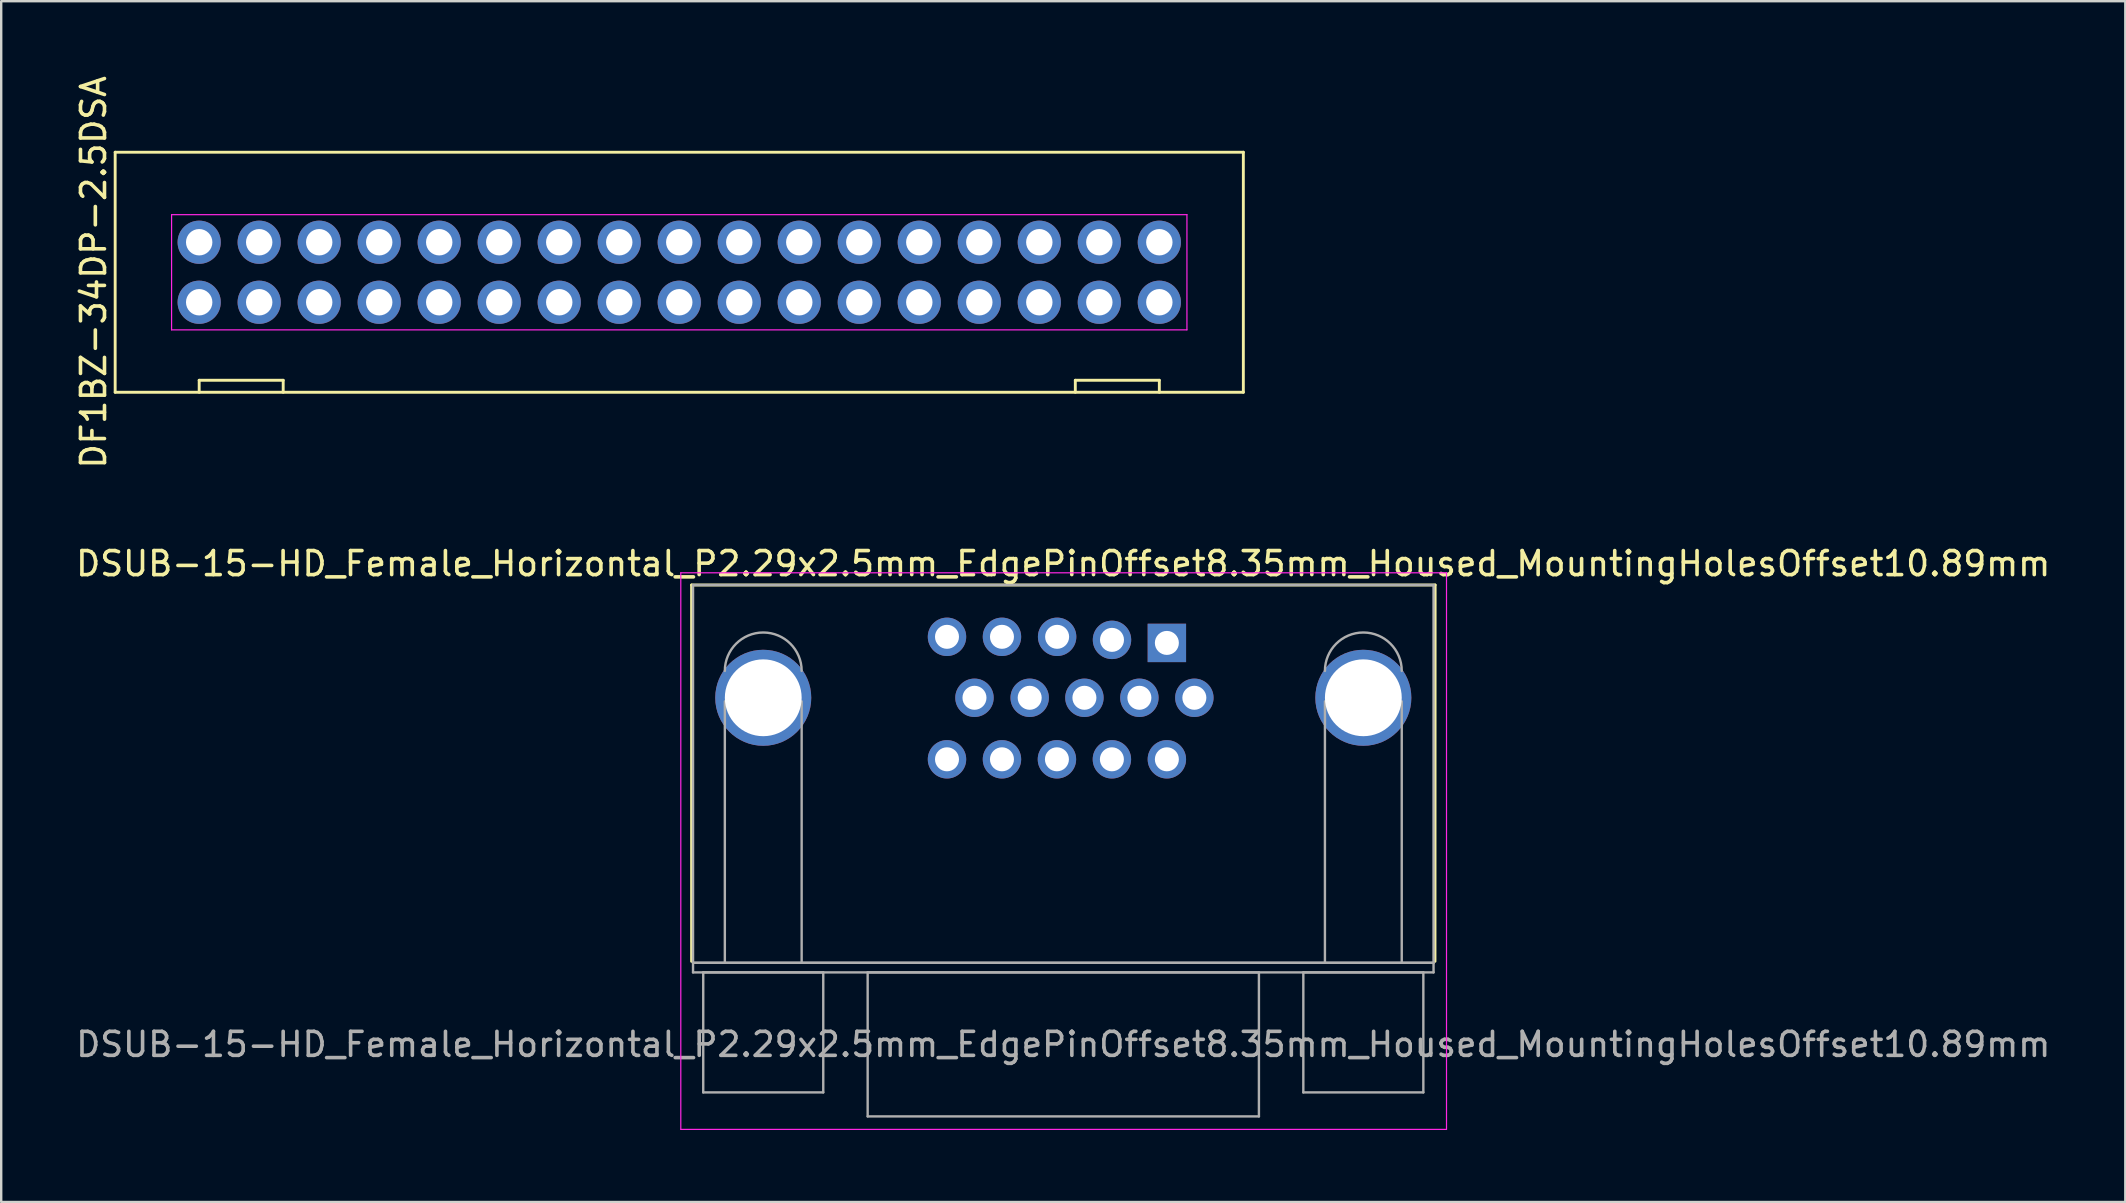
<source format=kicad_pcb>
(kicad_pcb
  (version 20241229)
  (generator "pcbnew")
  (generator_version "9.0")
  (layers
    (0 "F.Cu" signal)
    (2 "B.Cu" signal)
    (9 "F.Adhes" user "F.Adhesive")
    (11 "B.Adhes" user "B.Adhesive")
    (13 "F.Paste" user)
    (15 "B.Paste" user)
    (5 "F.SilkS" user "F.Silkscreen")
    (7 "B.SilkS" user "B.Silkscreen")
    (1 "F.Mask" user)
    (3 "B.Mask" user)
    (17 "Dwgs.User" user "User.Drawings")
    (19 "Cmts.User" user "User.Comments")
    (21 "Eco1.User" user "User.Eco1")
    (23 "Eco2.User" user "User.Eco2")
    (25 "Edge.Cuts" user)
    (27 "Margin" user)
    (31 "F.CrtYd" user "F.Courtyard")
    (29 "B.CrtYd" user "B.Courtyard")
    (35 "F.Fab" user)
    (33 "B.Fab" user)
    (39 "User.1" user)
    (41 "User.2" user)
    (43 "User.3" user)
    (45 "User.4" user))
  (footprint "DSUB-15-HD_Female_Horizontal_P2.29x2.5mm_EdgePinOffset8.35mm_Housed_MountingHolesOffset10.89mm"
    (layer "F.Cu")
    (at 45.562 24.75)
    (property "Reference" "DSUB-15-HD_Female_Horizontal_P2.29x2.5mm_EdgePinOffset8.35mm_Housed_MountingHolesOffset10.89mm" (at -4.318 -4.318 0) (layer "F.SilkS") (effects (font (size 1 1) (thickness 0.15))))
    (attr through_hole)
    (fp_line (start -19.8 -3.429) (end 11.176 -3.429) (stroke (width 0.12) (type solid)) (layer "F.SilkS"))
    (fp_line (start -19.8 12.25) (end -19.8 -3.429) (stroke (width 0.12) (type solid)) (layer "F.SilkS"))
    (fp_line (start 11.176 -3.429) (end 11.17 12.25) (stroke (width 0.12) (type solid)) (layer "F.SilkS"))
    (fp_line (start -20.25 -3.937) (end -20.25 19.25) (stroke (width 0.05) (type solid)) (layer "F.CrtYd"))
    (fp_line (start -20.25 19.25) (end 11.65 19.25) (stroke (width 0.05) (type solid)) (layer "F.CrtYd"))
    (fp_line (start 11.65 -3.937) (end -20.25 -3.937) (stroke (width 0.05) (type solid)) (layer "F.CrtYd"))
    (fp_line (start 11.65 19.25) (end 11.65 -3.937) (stroke (width 0.05) (type solid)) (layer "F.CrtYd"))
    (fp_line (start -19.74 -3.429) (end -19.74 12.31) (stroke (width 0.1) (type solid)) (layer "F.Fab"))
    (fp_line (start -19.74 12.31) (end -19.74 12.71) (stroke (width 0.1) (type solid)) (layer "F.Fab"))
    (fp_line (start -19.74 12.31) (end 11.11 12.31) (stroke (width 0.1) (type solid)) (layer "F.Fab"))
    (fp_line (start -19.74 12.71) (end 11.11 12.71) (stroke (width 0.1) (type solid)) (layer "F.Fab"))
    (fp_line (start -19.315 12.71) (end -19.315 17.71) (stroke (width 0.1) (type solid)) (layer "F.Fab"))
    (fp_line (start -19.315 17.71) (end -14.315 17.71) (stroke (width 0.1) (type solid)) (layer "F.Fab"))
    (fp_line (start -18.415 12.31) (end -18.415 1.42) (stroke (width 0.1) (type solid)) (layer "F.Fab"))
    (fp_line (start -15.215 12.31) (end -15.215 1.42) (stroke (width 0.1) (type solid)) (layer "F.Fab"))
    (fp_line (start -14.315 12.71) (end -19.315 12.71) (stroke (width 0.1) (type solid)) (layer "F.Fab"))
    (fp_line (start -14.315 17.71) (end -14.315 12.71) (stroke (width 0.1) (type solid)) (layer "F.Fab"))
    (fp_line (start -12.465 12.71) (end -12.465 18.71) (stroke (width 0.1) (type solid)) (layer "F.Fab"))
    (fp_line (start -12.465 18.71) (end 3.835 18.71) (stroke (width 0.1) (type solid)) (layer "F.Fab"))
    (fp_line (start 3.835 12.71) (end -12.465 12.71) (stroke (width 0.1) (type solid)) (layer "F.Fab"))
    (fp_line (start 3.835 18.71) (end 3.835 12.71) (stroke (width 0.1) (type solid)) (layer "F.Fab"))
    (fp_line (start 5.685 12.71) (end 5.685 17.71) (stroke (width 0.1) (type solid)) (layer "F.Fab"))
    (fp_line (start 5.685 17.71) (end 10.685 17.71) (stroke (width 0.1) (type solid)) (layer "F.Fab"))
    (fp_line (start 6.585 12.31) (end 6.585 1.42) (stroke (width 0.1) (type solid)) (layer "F.Fab"))
    (fp_line (start 9.785 12.31) (end 9.785 1.42) (stroke (width 0.1) (type solid)) (layer "F.Fab"))
    (fp_line (start 10.685 12.71) (end 5.685 12.71) (stroke (width 0.1) (type solid)) (layer "F.Fab"))
    (fp_line (start 10.685 17.71) (end 10.685 12.71) (stroke (width 0.1) (type solid)) (layer "F.Fab"))
    (fp_line (start 11.11 -3.429) (end -19.74 -3.429) (stroke (width 0.1) (type solid)) (layer "F.Fab"))
    (fp_line (start 11.11 12.31) (end -19.74 12.31) (stroke (width 0.1) (type solid)) (layer "F.Fab"))
    (fp_line (start 11.11 12.31) (end 11.11 -3.429) (stroke (width 0.1) (type solid)) (layer "F.Fab"))
    (fp_line (start 11.11 12.71) (end 11.11 12.31) (stroke (width 0.1) (type solid)) (layer "F.Fab"))
    (fp_arc (start -18.415 0.15) (mid -16.815 -1.45) (end -15.215 0.15) (stroke (width 0.1) (type solid)) (layer "F.Fab"))
    (fp_arc (start 6.585 0.15) (mid 8.185 -1.45) (end 9.785 0.15) (stroke (width 0.1) (type solid)) (layer "F.Fab"))
    (fp_text user "${REFERENCE}" (at -4.315 15.71 0) (layer "F.Fab") (effects (font (size 1 1) (thickness 0.15))))
    (pad "0" thru_hole circle (at -16.815 1.27) (size 4 4) (drill 3.2) (layers "*.Cu" "*.Mask"))
    (pad "0" thru_hole circle (at 8.185 1.27) (size 4 4) (drill 3.2) (layers "*.Cu" "*.Mask"))
    (pad "1" thru_hole rect (at 0 -1.016) (size 1.6 1.6) (drill 1) (layers "*.Cu" "*.Mask"))
    (pad "2" thru_hole circle (at -2.286 -1.143) (size 1.6 1.6) (drill 1) (layers "*.Cu" "*.Mask"))
    (pad "3" thru_hole circle (at -4.572 -1.27) (size 1.6 1.6) (drill 1) (layers "*.Cu" "*.Mask"))
    (pad "4" thru_hole circle (at -6.87 -1.27) (size 1.6 1.6) (drill 1) (layers "*.Cu" "*.Mask"))
    (pad "5" thru_hole circle (at -9.16 -1.27) (size 1.6 1.6) (drill 1) (layers "*.Cu" "*.Mask"))
    (pad "6" thru_hole circle (at 1.145 1.27) (size 1.6 1.6) (drill 1) (layers "*.Cu" "*.Mask"))
    (pad "7" thru_hole circle (at -1.145 1.27) (size 1.6 1.6) (drill 1) (layers "*.Cu" "*.Mask"))
    (pad "8" thru_hole circle (at -3.435 1.27) (size 1.6 1.6) (drill 1) (layers "*.Cu" "*.Mask"))
    (pad "9" thru_hole circle (at -5.715 1.27) (size 1.6 1.6) (drill 1) (layers "*.Cu" "*.Mask"))
    (pad "10" thru_hole circle (at -8.015 1.27) (size 1.6 1.6) (drill 1) (layers "*.Cu" "*.Mask"))
    (pad "11" thru_hole circle (at 0 3.833) (size 1.6 1.6) (drill 1) (layers "*.Cu" "*.Mask"))
    (pad "12" thru_hole circle (at -2.29 3.833) (size 1.6 1.6) (drill 1) (layers "*.Cu" "*.Mask"))
    (pad "13" thru_hole circle (at -4.58 3.833) (size 1.6 1.6) (drill 1) (layers "*.Cu" "*.Mask"))
    (pad "14" thru_hole circle (at -6.87 3.833) (size 1.6 1.6) (drill 1) (layers "*.Cu" "*.Mask"))
    (pad "15" thru_hole circle (at -9.16 3.833) (size 1.6 1.6) (drill 1) (layers "*.Cu" "*.Mask")))
  (footprint "DF1BZ-34DP-2.5DSA"
    (layer "F.Cu")
    (at 25.248 8.292)
    (property "Reference" "DF1BZ-34DP-2.5DSA" (at -24.4 0 90) (layer "F.SilkS") (effects (font (size 1 1) (thickness 0.15))))
    (attr through_hole)
    (fp_line (start -23.5 -5) (end 23.5 -5) (stroke (width 0.12) (type solid)) (layer "F.SilkS"))
    (fp_line (start -23.5 5) (end -23.5 -5) (stroke (width 0.12) (type solid)) (layer "F.SilkS"))
    (fp_line (start -20 4.5) (end -16.5 4.5) (stroke (width 0.12) (type solid)) (layer "F.SilkS"))
    (fp_line (start -20 5) (end -20 4.5) (stroke (width 0.12) (type solid)) (layer "F.SilkS"))
    (fp_line (start -16.5 4.5) (end -16.5 5) (stroke (width 0.12) (type solid)) (layer "F.SilkS"))
    (fp_line (start 16.5 4.5) (end 16.5 5) (stroke (width 0.12) (type solid)) (layer "F.SilkS"))
    (fp_line (start 20 4.5) (end 16.5 4.5) (stroke (width 0.12) (type solid)) (layer "F.SilkS"))
    (fp_line (start 20 5) (end 20 4.5) (stroke (width 0.12) (type solid)) (layer "F.SilkS"))
    (fp_line (start 23.5 -5) (end 23.5 5) (stroke (width 0.12) (type solid)) (layer "F.SilkS"))
    (fp_line (start 23.5 5) (end -23.5 5) (stroke (width 0.12) (type solid)) (layer "F.SilkS"))
    (fp_line (start -21.15 -2.4) (end 21.15 -2.4) (stroke (width 0.05) (type solid)) (layer "F.CrtYd"))
    (fp_line (start -21.15 2.4) (end -21.15 -2.4) (stroke (width 0.05) (type solid)) (layer "F.CrtYd"))
    (fp_line (start 21.15 -2.4) (end 21.15 2.4) (stroke (width 0.05) (type solid)) (layer "F.CrtYd"))
    (fp_line (start 21.15 2.4) (end -21.15 2.4) (stroke (width 0.05) (type solid)) (layer "F.CrtYd"))
    (pad "1" thru_hole circle (at 20 1.25) (size 1.8 1.8) (drill 1.1) (layers "*.Cu" "*.Mask"))
    (pad "2" thru_hole circle (at 20 -1.25) (size 1.8 1.8) (drill 1.1) (layers "*.Cu" "*.Mask"))
    (pad "3" thru_hole circle (at 17.5 1.25) (size 1.8 1.8) (drill 1.1) (layers "*.Cu" "*.Mask"))
    (pad "4" thru_hole circle (at 17.5 -1.25) (size 1.8 1.8) (drill 1.1) (layers "*.Cu" "*.Mask"))
    (pad "5" thru_hole circle (at 15 1.25) (size 1.8 1.8) (drill 1.1) (layers "*.Cu" "*.Mask"))
    (pad "6" thru_hole circle (at 15 -1.25) (size 1.8 1.8) (drill 1.1) (layers "*.Cu" "*.Mask"))
    (pad "7" thru_hole circle (at 12.5 1.25) (size 1.8 1.8) (drill 1.1) (layers "*.Cu" "*.Mask"))
    (pad "8" thru_hole circle (at 12.5 -1.25) (size 1.8 1.8) (drill 1.1) (layers "*.Cu" "*.Mask"))
    (pad "9" thru_hole circle (at 10 1.25) (size 1.8 1.8) (drill 1.1) (layers "*.Cu" "*.Mask"))
    (pad "10" thru_hole circle (at 10 -1.25) (size 1.8 1.8) (drill 1.1) (layers "*.Cu" "*.Mask"))
    (pad "11" thru_hole circle (at 7.5 1.25) (size 1.8 1.8) (drill 1.1) (layers "*.Cu" "*.Mask"))
    (pad "12" thru_hole circle (at 7.5 -1.25) (size 1.8 1.8) (drill 1.1) (layers "*.Cu" "*.Mask"))
    (pad "13" thru_hole circle (at 5 1.25) (size 1.8 1.8) (drill 1.1) (layers "*.Cu" "*.Mask"))
    (pad "14" thru_hole circle (at 5 -1.25) (size 1.8 1.8) (drill 1.1) (layers "*.Cu" "*.Mask"))
    (pad "15" thru_hole circle (at 2.5 1.25) (size 1.8 1.8) (drill 1.1) (layers "*.Cu" "*.Mask"))
    (pad "16" thru_hole circle (at 2.5 -1.25) (size 1.8 1.8) (drill 1.1) (layers "*.Cu" "*.Mask"))
    (pad "17" thru_hole circle (at 0 1.25) (size 1.8 1.8) (drill 1.1) (layers "*.Cu" "*.Mask"))
    (pad "18" thru_hole circle (at 0 -1.25) (size 1.8 1.8) (drill 1.1) (layers "*.Cu" "*.Mask"))
    (pad "19" thru_hole circle (at -2.5 1.25) (size 1.8 1.8) (drill 1.1) (layers "*.Cu" "*.Mask"))
    (pad "20" thru_hole circle (at -2.5 -1.25) (size 1.8 1.8) (drill 1.1) (layers "*.Cu" "*.Mask"))
    (pad "21" thru_hole circle (at -5 1.25) (size 1.8 1.8) (drill 1.1) (layers "*.Cu" "*.Mask"))
    (pad "22" thru_hole circle (at -5 -1.25) (size 1.8 1.8) (drill 1.1) (layers "*.Cu" "*.Mask"))
    (pad "23" thru_hole circle (at -7.5 1.25) (size 1.8 1.8) (drill 1.1) (layers "*.Cu" "*.Mask"))
    (pad "24" thru_hole circle (at -7.5 -1.25) (size 1.8 1.8) (drill 1.1) (layers "*.Cu" "*.Mask"))
    (pad "25" thru_hole circle (at -10 1.25) (size 1.8 1.8) (drill 1.1) (layers "*.Cu" "*.Mask"))
    (pad "26" thru_hole circle (at -10 -1.25) (size 1.8 1.8) (drill 1.1) (layers "*.Cu" "*.Mask"))
    (pad "27" thru_hole circle (at -12.5 1.25) (size 1.8 1.8) (drill 1.1) (layers "*.Cu" "*.Mask"))
    (pad "28" thru_hole circle (at -12.5 -1.25) (size 1.8 1.8) (drill 1.1) (layers "*.Cu" "*.Mask"))
    (pad "29" thru_hole circle (at -15 1.25) (size 1.8 1.8) (drill 1.1) (layers "*.Cu" "*.Mask"))
    (pad "30" thru_hole circle (at -15 -1.25) (size 1.8 1.8) (drill 1.1) (layers "*.Cu" "*.Mask"))
    (pad "31" thru_hole circle (at -17.5 1.25) (size 1.8 1.8) (drill 1.1) (layers "*.Cu" "*.Mask"))
    (pad "32" thru_hole circle (at -17.5 -1.25) (size 1.8 1.8) (drill 1.1) (layers "*.Cu" "*.Mask"))
    (pad "33" thru_hole circle (at -20 1.25) (size 1.8 1.8) (drill 1.1) (layers "*.Cu" "*.Mask"))
    (pad "34" thru_hole circle (at -20 -1.25) (size 1.8 1.8) (drill 1.1) (layers "*.Cu" "*.Mask")))
  (gr_rect
    (start -3 -3)
    (end 85.491 47.025)
    (stroke (width 0.1) (type default))
    (fill no)
    (layer "Edge.Cuts")))
</source>
